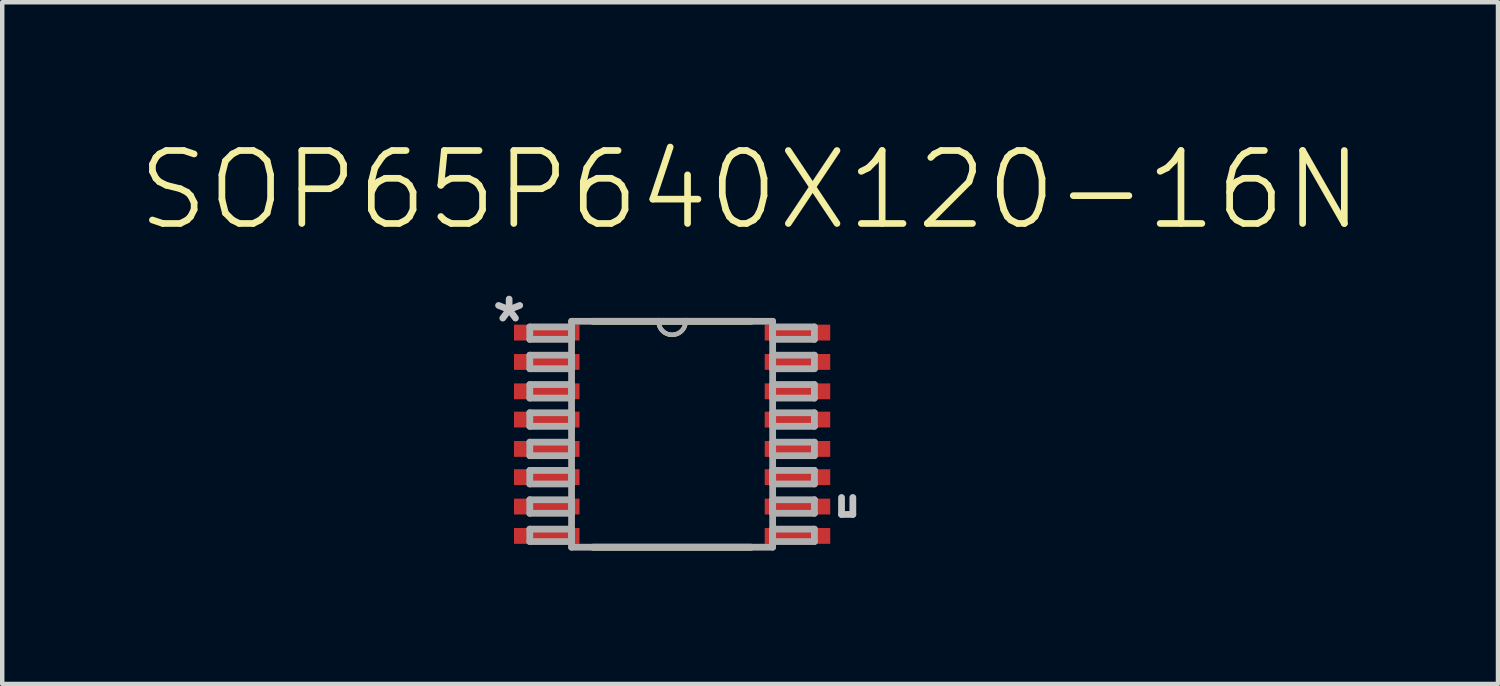
<source format=kicad_pcb>
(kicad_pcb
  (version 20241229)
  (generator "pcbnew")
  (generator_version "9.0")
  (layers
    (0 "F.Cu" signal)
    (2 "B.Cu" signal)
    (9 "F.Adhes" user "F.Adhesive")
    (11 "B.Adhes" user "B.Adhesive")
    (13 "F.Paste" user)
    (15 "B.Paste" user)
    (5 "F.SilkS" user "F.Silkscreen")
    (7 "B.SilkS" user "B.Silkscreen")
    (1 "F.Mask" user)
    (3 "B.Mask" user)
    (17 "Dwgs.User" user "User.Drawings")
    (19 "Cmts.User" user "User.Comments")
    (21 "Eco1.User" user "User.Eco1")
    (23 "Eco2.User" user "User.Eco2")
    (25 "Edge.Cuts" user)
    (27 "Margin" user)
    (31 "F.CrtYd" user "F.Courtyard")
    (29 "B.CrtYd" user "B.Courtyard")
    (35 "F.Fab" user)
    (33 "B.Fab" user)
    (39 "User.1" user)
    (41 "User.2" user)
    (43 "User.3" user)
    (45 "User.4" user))
  (footprint "SOP65P640X120-16N"
    (layer "F.Cu")
    (at 12.064 6.715)
    (property "Reference" "SOP65P640X120-16N" (at 1.754 -5.491 0) (layer "F.SilkS") (effects (font (size 1.641 1.641) (thickness 0.15))))
    (attr smd)
    (fp_line (start -1.778 2.54) (end 1.778 2.54) (stroke (width 0.152) (type solid)) (layer "F.SilkS"))
    (fp_line (start -0.305 -2.54) (end -1.778 -2.54) (stroke (width 0.152) (type solid)) (layer "F.SilkS"))
    (fp_line (start 0.305 -2.54) (end -0.305 -2.54) (stroke (width 0.152) (type solid)) (layer "F.SilkS"))
    (fp_line (start 1.778 -2.54) (end 0.305 -2.54) (stroke (width 0.152) (type solid)) (layer "F.SilkS"))
    (fp_arc (start 0.3048 -2.54) (mid 0 -2.2352) (end -0.3048 -2.54) (stroke (width 0.1) (type solid)) (layer "F.SilkS"))
    (fp_line (start 3.81 1.803) (end 3.81 1.422) (stroke (width 0.152) (type solid)) (layer "Dwgs.User"))
    (fp_line (start 4.064 1.422) (end 4.064 1.803) (stroke (width 0.152) (type solid)) (layer "Dwgs.User"))
    (fp_line (start 4.064 1.803) (end 3.81 1.803) (stroke (width 0.152) (type solid)) (layer "Dwgs.User"))
    (fp_line (start -3.2 -2.413) (end -3.2 -2.134) (stroke (width 0.152) (type solid)) (layer "F.Fab"))
    (fp_line (start -3.2 -2.134) (end -2.261 -2.134) (stroke (width 0.152) (type solid)) (layer "F.Fab"))
    (fp_line (start -3.2 -1.778) (end -3.2 -1.473) (stroke (width 0.152) (type solid)) (layer "F.Fab"))
    (fp_line (start -3.2 -1.473) (end -2.261 -1.473) (stroke (width 0.152) (type solid)) (layer "F.Fab"))
    (fp_line (start -3.2 -1.118) (end -3.2 -0.813) (stroke (width 0.152) (type solid)) (layer "F.Fab"))
    (fp_line (start -3.2 -0.813) (end -2.261 -0.813) (stroke (width 0.152) (type solid)) (layer "F.Fab"))
    (fp_line (start -3.2 -0.483) (end -3.2 -0.178) (stroke (width 0.152) (type solid)) (layer "F.Fab"))
    (fp_line (start -3.2 -0.178) (end -2.261 -0.178) (stroke (width 0.152) (type solid)) (layer "F.Fab"))
    (fp_line (start -3.2 0.178) (end -3.2 0.483) (stroke (width 0.152) (type solid)) (layer "F.Fab"))
    (fp_line (start -3.2 0.483) (end -2.261 0.483) (stroke (width 0.152) (type solid)) (layer "F.Fab"))
    (fp_line (start -3.2 0.813) (end -3.2 1.118) (stroke (width 0.152) (type solid)) (layer "F.Fab"))
    (fp_line (start -3.2 1.118) (end -2.261 1.118) (stroke (width 0.152) (type solid)) (layer "F.Fab"))
    (fp_line (start -3.2 1.473) (end -3.2 1.778) (stroke (width 0.152) (type solid)) (layer "F.Fab"))
    (fp_line (start -3.2 1.778) (end -2.261 1.778) (stroke (width 0.152) (type solid)) (layer "F.Fab"))
    (fp_line (start -3.2 2.134) (end -3.2 2.413) (stroke (width 0.152) (type solid)) (layer "F.Fab"))
    (fp_line (start -3.2 2.413) (end -2.261 2.413) (stroke (width 0.152) (type solid)) (layer "F.Fab"))
    (fp_line (start -2.261 -2.54) (end -2.261 2.54) (stroke (width 0.152) (type solid)) (layer "F.Fab"))
    (fp_line (start -2.261 -2.413) (end -3.2 -2.413) (stroke (width 0.152) (type solid)) (layer "F.Fab"))
    (fp_line (start -2.261 -2.134) (end -2.261 -2.413) (stroke (width 0.152) (type solid)) (layer "F.Fab"))
    (fp_line (start -2.261 -1.778) (end -3.2 -1.778) (stroke (width 0.152) (type solid)) (layer "F.Fab"))
    (fp_line (start -2.261 -1.473) (end -2.261 -1.778) (stroke (width 0.152) (type solid)) (layer "F.Fab"))
    (fp_line (start -2.261 -1.118) (end -3.2 -1.118) (stroke (width 0.152) (type solid)) (layer "F.Fab"))
    (fp_line (start -2.261 -0.813) (end -2.261 -1.118) (stroke (width 0.152) (type solid)) (layer "F.Fab"))
    (fp_line (start -2.261 -0.483) (end -3.2 -0.483) (stroke (width 0.152) (type solid)) (layer "F.Fab"))
    (fp_line (start -2.261 -0.178) (end -2.261 -0.483) (stroke (width 0.152) (type solid)) (layer "F.Fab"))
    (fp_line (start -2.261 0.178) (end -3.2 0.178) (stroke (width 0.152) (type solid)) (layer "F.Fab"))
    (fp_line (start -2.261 0.483) (end -2.261 0.178) (stroke (width 0.152) (type solid)) (layer "F.Fab"))
    (fp_line (start -2.261 0.813) (end -3.2 0.813) (stroke (width 0.152) (type solid)) (layer "F.Fab"))
    (fp_line (start -2.261 1.118) (end -2.261 0.813) (stroke (width 0.152) (type solid)) (layer "F.Fab"))
    (fp_line (start -2.261 1.473) (end -3.2 1.473) (stroke (width 0.152) (type solid)) (layer "F.Fab"))
    (fp_line (start -2.261 1.778) (end -2.261 1.473) (stroke (width 0.152) (type solid)) (layer "F.Fab"))
    (fp_line (start -2.261 2.134) (end -3.2 2.134) (stroke (width 0.152) (type solid)) (layer "F.Fab"))
    (fp_line (start -2.261 2.413) (end -2.261 2.134) (stroke (width 0.152) (type solid)) (layer "F.Fab"))
    (fp_line (start -2.261 2.54) (end 2.261 2.54) (stroke (width 0.152) (type solid)) (layer "F.Fab"))
    (fp_line (start -0.305 -2.54) (end -2.261 -2.54) (stroke (width 0.152) (type solid)) (layer "F.Fab"))
    (fp_line (start 0.305 -2.54) (end -0.305 -2.54) (stroke (width 0.152) (type solid)) (layer "F.Fab"))
    (fp_line (start 2.261 -2.54) (end 0.305 -2.54) (stroke (width 0.152) (type solid)) (layer "F.Fab"))
    (fp_line (start 2.261 -2.413) (end 2.261 -2.134) (stroke (width 0.152) (type solid)) (layer "F.Fab"))
    (fp_line (start 2.261 -2.134) (end 3.2 -2.134) (stroke (width 0.152) (type solid)) (layer "F.Fab"))
    (fp_line (start 2.261 -1.778) (end 2.261 -1.473) (stroke (width 0.152) (type solid)) (layer "F.Fab"))
    (fp_line (start 2.261 -1.473) (end 3.2 -1.473) (stroke (width 0.152) (type solid)) (layer "F.Fab"))
    (fp_line (start 2.261 -1.118) (end 2.261 -0.813) (stroke (width 0.152) (type solid)) (layer "F.Fab"))
    (fp_line (start 2.261 -0.813) (end 3.2 -0.813) (stroke (width 0.152) (type solid)) (layer "F.Fab"))
    (fp_line (start 2.261 -0.483) (end 2.261 -0.178) (stroke (width 0.152) (type solid)) (layer "F.Fab"))
    (fp_line (start 2.261 -0.178) (end 3.2 -0.178) (stroke (width 0.152) (type solid)) (layer "F.Fab"))
    (fp_line (start 2.261 0.178) (end 2.261 0.483) (stroke (width 0.152) (type solid)) (layer "F.Fab"))
    (fp_line (start 2.261 0.483) (end 3.2 0.483) (stroke (width 0.152) (type solid)) (layer "F.Fab"))
    (fp_line (start 2.261 0.813) (end 2.261 1.118) (stroke (width 0.152) (type solid)) (layer "F.Fab"))
    (fp_line (start 2.261 1.118) (end 3.2 1.118) (stroke (width 0.152) (type solid)) (layer "F.Fab"))
    (fp_line (start 2.261 1.473) (end 2.261 1.778) (stroke (width 0.152) (type solid)) (layer "F.Fab"))
    (fp_line (start 2.261 1.778) (end 3.2 1.778) (stroke (width 0.152) (type solid)) (layer "F.Fab"))
    (fp_line (start 2.261 2.134) (end 2.261 2.413) (stroke (width 0.152) (type solid)) (layer "F.Fab"))
    (fp_line (start 2.261 2.413) (end 3.2 2.413) (stroke (width 0.152) (type solid)) (layer "F.Fab"))
    (fp_line (start 2.261 2.54) (end 2.261 -2.54) (stroke (width 0.152) (type solid)) (layer "F.Fab"))
    (fp_line (start 3.2 -2.413) (end 2.261 -2.413) (stroke (width 0.152) (type solid)) (layer "F.Fab"))
    (fp_line (start 3.2 -2.134) (end 3.2 -2.413) (stroke (width 0.152) (type solid)) (layer "F.Fab"))
    (fp_line (start 3.2 -1.778) (end 2.261 -1.778) (stroke (width 0.152) (type solid)) (layer "F.Fab"))
    (fp_line (start 3.2 -1.473) (end 3.2 -1.778) (stroke (width 0.152) (type solid)) (layer "F.Fab"))
    (fp_line (start 3.2 -1.118) (end 2.261 -1.118) (stroke (width 0.152) (type solid)) (layer "F.Fab"))
    (fp_line (start 3.2 -0.813) (end 3.2 -1.118) (stroke (width 0.152) (type solid)) (layer "F.Fab"))
    (fp_line (start 3.2 -0.483) (end 2.261 -0.483) (stroke (width 0.152) (type solid)) (layer "F.Fab"))
    (fp_line (start 3.2 -0.178) (end 3.2 -0.483) (stroke (width 0.152) (type solid)) (layer "F.Fab"))
    (fp_line (start 3.2 0.178) (end 2.261 0.178) (stroke (width 0.152) (type solid)) (layer "F.Fab"))
    (fp_line (start 3.2 0.483) (end 3.2 0.178) (stroke (width 0.152) (type solid)) (layer "F.Fab"))
    (fp_line (start 3.2 0.813) (end 2.261 0.813) (stroke (width 0.152) (type solid)) (layer "F.Fab"))
    (fp_line (start 3.2 1.118) (end 3.2 0.813) (stroke (width 0.152) (type solid)) (layer "F.Fab"))
    (fp_line (start 3.2 1.473) (end 2.261 1.473) (stroke (width 0.152) (type solid)) (layer "F.Fab"))
    (fp_line (start 3.2 1.778) (end 3.2 1.473) (stroke (width 0.152) (type solid)) (layer "F.Fab"))
    (fp_line (start 3.2 2.134) (end 2.261 2.134) (stroke (width 0.152) (type solid)) (layer "F.Fab"))
    (fp_line (start 3.2 2.413) (end 3.2 2.134) (stroke (width 0.152) (type solid)) (layer "F.Fab"))
    (fp_arc (start 0.3048 -2.54) (mid 0 -2.2352) (end -0.3048 -2.54) (stroke (width 0.1) (type solid)) (layer "F.Fab"))
    (fp_text user "*" (at -3.665 -2.494 0) (layer "Dwgs.User") (effects (font (size 1.002 1.002) (thickness 0.15))))
    (pad "1" smd rect (at -2.819 -2.286) (size 1.473 0.356) (layers "F.Cu" "F.Mask" "F.Paste"))
    (pad "2" smd rect (at -2.819 -1.626) (size 1.473 0.356) (layers "F.Cu" "F.Mask" "F.Paste"))
    (pad "3" smd rect (at -2.819 -0.965) (size 1.473 0.356) (layers "F.Cu" "F.Mask" "F.Paste"))
    (pad "4" smd rect (at -2.819 -0.33) (size 1.473 0.356) (layers "F.Cu" "F.Mask" "F.Paste"))
    (pad "5" smd rect (at -2.819 0.33) (size 1.473 0.356) (layers "F.Cu" "F.Mask" "F.Paste"))
    (pad "6" smd rect (at -2.819 0.965) (size 1.473 0.356) (layers "F.Cu" "F.Mask" "F.Paste"))
    (pad "7" smd rect (at -2.819 1.626) (size 1.473 0.356) (layers "F.Cu" "F.Mask" "F.Paste"))
    (pad "8" smd rect (at -2.819 2.286) (size 1.473 0.356) (layers "F.Cu" "F.Mask" "F.Paste"))
    (pad "9" smd rect (at 2.819 2.286) (size 1.473 0.356) (layers "F.Cu" "F.Mask" "F.Paste"))
    (pad "10" smd rect (at 2.819 1.626) (size 1.473 0.356) (layers "F.Cu" "F.Mask" "F.Paste"))
    (pad "11" smd rect (at 2.819 0.965) (size 1.473 0.356) (layers "F.Cu" "F.Mask" "F.Paste"))
    (pad "12" smd rect (at 2.819 0.33) (size 1.473 0.356) (layers "F.Cu" "F.Mask" "F.Paste"))
    (pad "13" smd rect (at 2.819 -0.33) (size 1.473 0.356) (layers "F.Cu" "F.Mask" "F.Paste"))
    (pad "14" smd rect (at 2.819 -0.965) (size 1.473 0.356) (layers "F.Cu" "F.Mask" "F.Paste"))
    (pad "15" smd rect (at 2.819 -1.626) (size 1.473 0.356) (layers "F.Cu" "F.Mask" "F.Paste"))
    (pad "16" smd rect (at 2.819 -2.286) (size 1.473 0.356) (layers "F.Cu" "F.Mask" "F.Paste")))
  (gr_rect
    (start -3 -3)
    (end 30.636 12.331)
    (stroke (width 0.1) (type default))
    (fill no)
    (layer "Edge.Cuts")))
</source>
